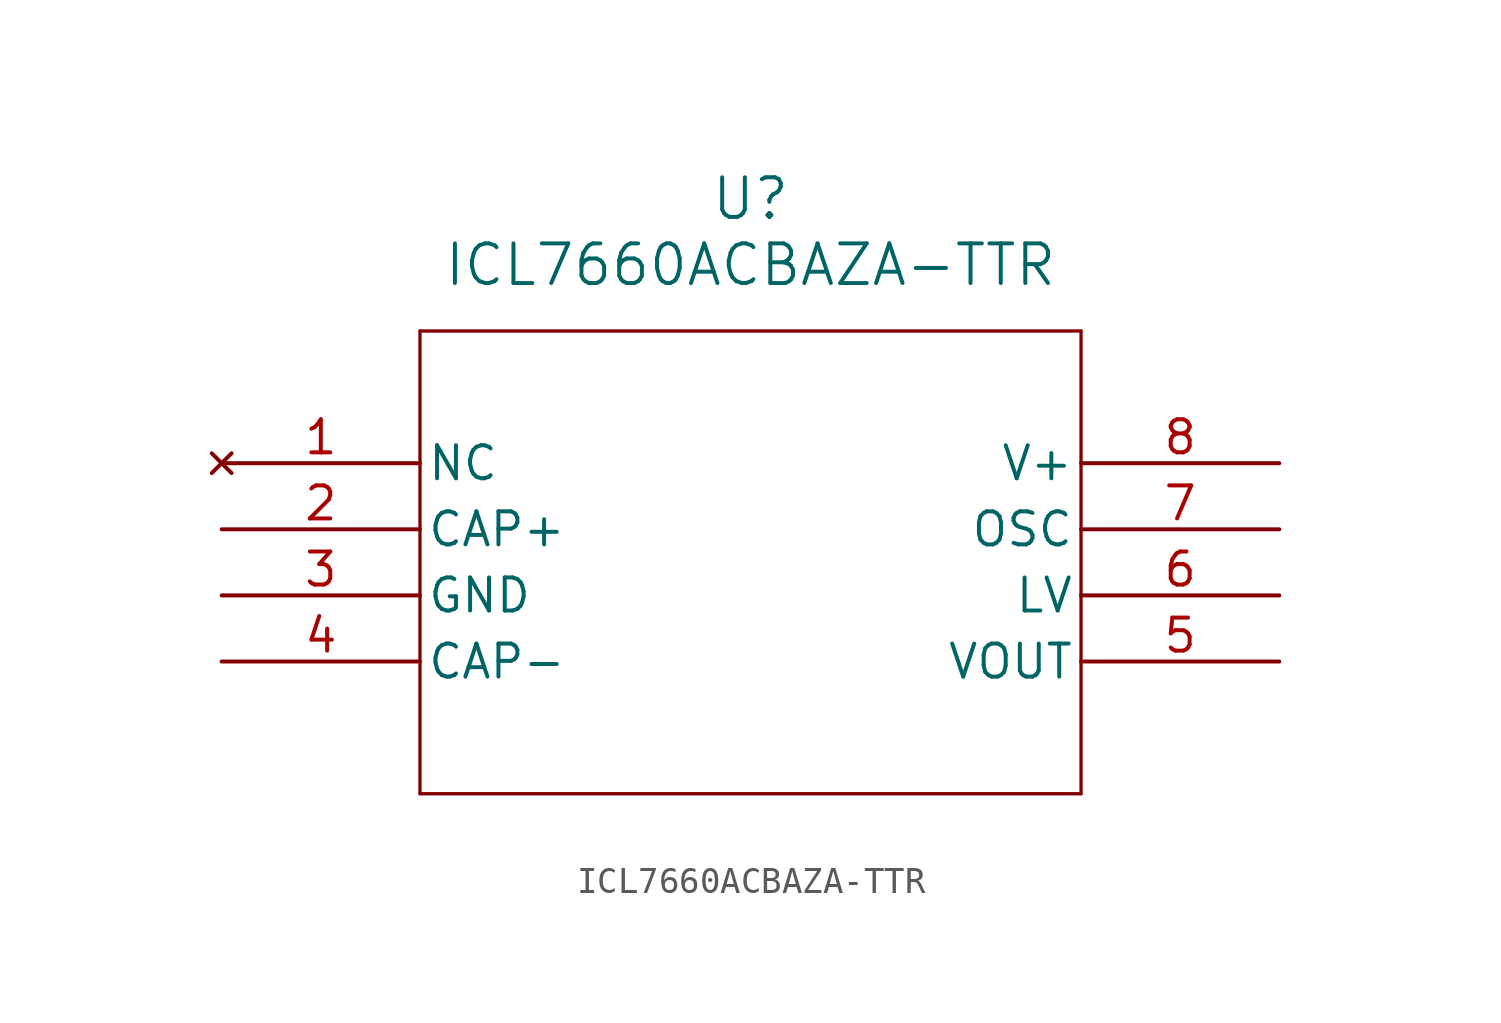
<source format=kicad_sym>
(kicad_symbol_lib
  (version 20211014)
  (generator kicad_symbol_editor)
  (symbol "ICL7660ACBAZA-TTR"
    (pin_names
      (offset 0.254))
    (property "Reference" "U"
      (at 20.32 10.16 0)
      (effects (font (size 1.524 1.524))))
    (property "Value" "ICL7660ACBAZA-TTR"
      (at 20.32 7.62 0)
      (effects (font (size 1.524 1.524))))
    (symbol "ICL7660ACBAZA-TTR_0_1"
      (polyline (pts (xy 7.62 5.08) (xy 7.62 -12.7)) (stroke (width 0.127) (type default) (color 0 0 0 0)) (fill (type none)))
      (polyline (pts (xy 7.62 -12.7) (xy 33.02 -12.7)) (stroke (width 0.127) (type default) (color 0 0 0 0)) (fill (type none)))
      (polyline (pts (xy 33.02 -12.7) (xy 33.02 5.08)) (stroke (width 0.127) (type default) (color 0 0 0 0)) (fill (type none)))
      (polyline (pts (xy 33.02 5.08) (xy 7.62 5.08)) (stroke (width 0.127) (type default) (color 0 0 0 0)) (fill (type none)))
      (pin no_connect line (at 0 0 0) (length 7.62) (name "NC" (effects (font (size 1.27 1.27)))) (number "1" (effects (font (size 1.27 1.27)))))
      (pin unspecified line (at 0 -2.54 0) (length 7.62) (name "CAP+" (effects (font (size 1.27 1.27)))) (number "2" (effects (font (size 1.27 1.27)))))
      (pin power_in line (at 0 -5.08 0) (length 7.62) (name "GND" (effects (font (size 1.27 1.27)))) (number "3" (effects (font (size 1.27 1.27)))))
      (pin unspecified line (at 0 -7.62 0) (length 7.62) (name "CAP-" (effects (font (size 1.27 1.27)))) (number "4" (effects (font (size 1.27 1.27)))))
      (pin output line (at 40.64 -7.62 180) (length 7.62) (name "VOUT" (effects (font (size 1.27 1.27)))) (number "5" (effects (font (size 1.27 1.27)))))
      (pin unspecified line (at 40.64 -5.08 180) (length 7.62) (name "LV" (effects (font (size 1.27 1.27)))) (number "6" (effects (font (size 1.27 1.27)))))
      (pin unspecified line (at 40.64 -2.54 180) (length 7.62) (name "OSC" (effects (font (size 1.27 1.27)))) (number "7" (effects (font (size 1.27 1.27)))))
      (pin power_in line (at 40.64 0 180) (length 7.62) (name "V+" (effects (font (size 1.27 1.27)))) (number "8" (effects (font (size 1.27 1.27))))))))
</source>
